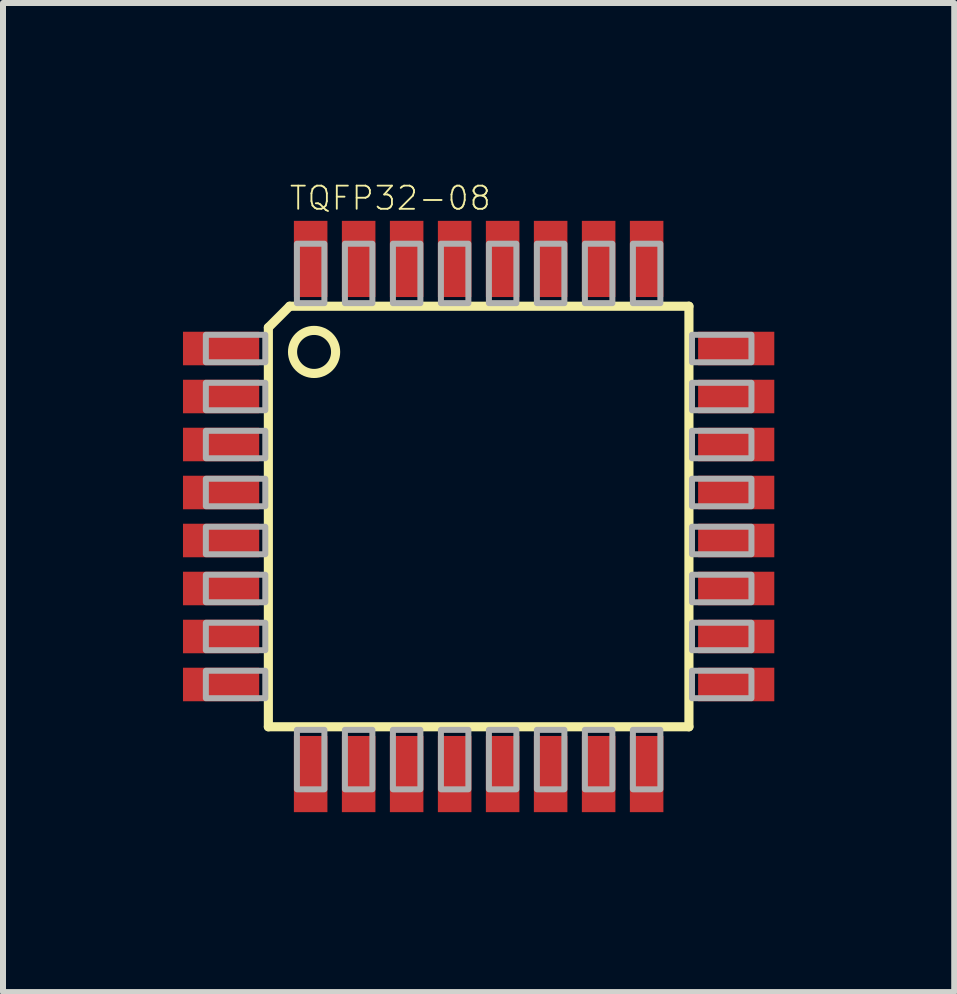
<source format=kicad_pcb>
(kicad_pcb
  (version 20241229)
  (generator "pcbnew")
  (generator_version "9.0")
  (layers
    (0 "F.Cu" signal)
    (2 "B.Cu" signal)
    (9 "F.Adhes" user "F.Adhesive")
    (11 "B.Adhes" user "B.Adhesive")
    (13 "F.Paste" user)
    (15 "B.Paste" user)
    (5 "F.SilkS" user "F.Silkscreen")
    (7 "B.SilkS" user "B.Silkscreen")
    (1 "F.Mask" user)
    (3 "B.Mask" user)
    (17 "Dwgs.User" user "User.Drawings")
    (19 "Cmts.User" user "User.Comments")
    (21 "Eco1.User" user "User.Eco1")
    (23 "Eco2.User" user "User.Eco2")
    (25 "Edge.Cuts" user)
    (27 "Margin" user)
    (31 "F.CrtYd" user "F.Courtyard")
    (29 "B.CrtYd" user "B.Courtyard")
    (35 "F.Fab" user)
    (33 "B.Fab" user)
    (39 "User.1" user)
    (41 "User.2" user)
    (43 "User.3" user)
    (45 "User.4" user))
  (footprint "TQFP32-08"
    (layer "F.Cu")
    (at 4.928 5.559)
    (property "Reference" "TQFP32-08" (at -3.175 -5.08 180) (layer "F.SilkS") (effects (font (size 0.386 0.386) (thickness 0.031)) (justify left bottom)))
    (attr through_hole)
    (fp_line (start -3.505 3.505) (end -3.505 -3.15) (stroke (width 0.152) (type solid)) (layer "F.SilkS"))
    (fp_line (start -3.15 -3.505) (end -3.505 -3.15) (stroke (width 0.152) (type solid)) (layer "F.SilkS"))
    (fp_line (start -3.15 -3.505) (end 3.505 -3.505) (stroke (width 0.152) (type solid)) (layer "F.SilkS"))
    (fp_line (start 3.505 -3.505) (end 3.505 3.505) (stroke (width 0.152) (type solid)) (layer "F.SilkS"))
    (fp_line (start 3.505 3.505) (end -3.505 3.505) (stroke (width 0.152) (type solid)) (layer "F.SilkS"))
    (fp_circle (center -2.743 -2.743) (end -2.384 -2.743) (stroke (width 0.152) (type solid)) (fill no) (layer "F.SilkS"))
    (fp_poly (pts (xy -4.547 -2.571) (xy -3.556 -2.571) (xy -3.556 -3.029) (xy -4.547 -3.029)) (stroke (width 0.1) (type solid)) (fill no) (layer "F.Fab"))
    (fp_poly (pts (xy -4.547 -1.771) (xy -3.556 -1.771) (xy -3.556 -2.229) (xy -4.547 -2.229)) (stroke (width 0.1) (type solid)) (fill no) (layer "F.Fab"))
    (fp_poly (pts (xy -4.547 -0.971) (xy -3.556 -0.971) (xy -3.556 -1.429) (xy -4.547 -1.429)) (stroke (width 0.1) (type solid)) (fill no) (layer "F.Fab"))
    (fp_poly (pts (xy -4.547 -0.171) (xy -3.556 -0.171) (xy -3.556 -0.629) (xy -4.547 -0.629)) (stroke (width 0.1) (type solid)) (fill no) (layer "F.Fab"))
    (fp_poly (pts (xy -4.547 0.629) (xy -3.556 0.629) (xy -3.556 0.171) (xy -4.547 0.171)) (stroke (width 0.1) (type solid)) (fill no) (layer "F.Fab"))
    (fp_poly (pts (xy -4.547 1.429) (xy -3.556 1.429) (xy -3.556 0.971) (xy -4.547 0.971)) (stroke (width 0.1) (type solid)) (fill no) (layer "F.Fab"))
    (fp_poly (pts (xy -4.547 2.229) (xy -3.556 2.229) (xy -3.556 1.771) (xy -4.547 1.771)) (stroke (width 0.1) (type solid)) (fill no) (layer "F.Fab"))
    (fp_poly (pts (xy -4.547 3.029) (xy -3.556 3.029) (xy -3.556 2.571) (xy -4.547 2.571)) (stroke (width 0.1) (type solid)) (fill no) (layer "F.Fab"))
    (fp_poly (pts (xy -3.029 -3.556) (xy -2.571 -3.556) (xy -2.571 -4.547) (xy -3.029 -4.547)) (stroke (width 0.1) (type solid)) (fill no) (layer "F.Fab"))
    (fp_poly (pts (xy -3.029 4.547) (xy -2.571 4.547) (xy -2.571 3.556) (xy -3.029 3.556)) (stroke (width 0.1) (type solid)) (fill no) (layer "F.Fab"))
    (fp_poly (pts (xy -2.229 -3.556) (xy -1.771 -3.556) (xy -1.771 -4.547) (xy -2.229 -4.547)) (stroke (width 0.1) (type solid)) (fill no) (layer "F.Fab"))
    (fp_poly (pts (xy -2.229 4.547) (xy -1.771 4.547) (xy -1.771 3.556) (xy -2.229 3.556)) (stroke (width 0.1) (type solid)) (fill no) (layer "F.Fab"))
    (fp_poly (pts (xy -1.429 -3.556) (xy -0.971 -3.556) (xy -0.971 -4.547) (xy -1.429 -4.547)) (stroke (width 0.1) (type solid)) (fill no) (layer "F.Fab"))
    (fp_poly (pts (xy -1.429 4.547) (xy -0.971 4.547) (xy -0.971 3.556) (xy -1.429 3.556)) (stroke (width 0.1) (type solid)) (fill no) (layer "F.Fab"))
    (fp_poly (pts (xy -0.629 -3.556) (xy -0.171 -3.556) (xy -0.171 -4.547) (xy -0.629 -4.547)) (stroke (width 0.1) (type solid)) (fill no) (layer "F.Fab"))
    (fp_poly (pts (xy -0.629 4.547) (xy -0.171 4.547) (xy -0.171 3.556) (xy -0.629 3.556)) (stroke (width 0.1) (type solid)) (fill no) (layer "F.Fab"))
    (fp_poly (pts (xy 0.171 -3.556) (xy 0.629 -3.556) (xy 0.629 -4.547) (xy 0.171 -4.547)) (stroke (width 0.1) (type solid)) (fill no) (layer "F.Fab"))
    (fp_poly (pts (xy 0.171 4.547) (xy 0.629 4.547) (xy 0.629 3.556) (xy 0.171 3.556)) (stroke (width 0.1) (type solid)) (fill no) (layer "F.Fab"))
    (fp_poly (pts (xy 0.971 -3.556) (xy 1.429 -3.556) (xy 1.429 -4.547) (xy 0.971 -4.547)) (stroke (width 0.1) (type solid)) (fill no) (layer "F.Fab"))
    (fp_poly (pts (xy 0.971 4.547) (xy 1.429 4.547) (xy 1.429 3.556) (xy 0.971 3.556)) (stroke (width 0.1) (type solid)) (fill no) (layer "F.Fab"))
    (fp_poly (pts (xy 1.771 -3.556) (xy 2.229 -3.556) (xy 2.229 -4.547) (xy 1.771 -4.547)) (stroke (width 0.1) (type solid)) (fill no) (layer "F.Fab"))
    (fp_poly (pts (xy 1.771 4.547) (xy 2.229 4.547) (xy 2.229 3.556) (xy 1.771 3.556)) (stroke (width 0.1) (type solid)) (fill no) (layer "F.Fab"))
    (fp_poly (pts (xy 2.571 -3.556) (xy 3.029 -3.556) (xy 3.029 -4.547) (xy 2.571 -4.547)) (stroke (width 0.1) (type solid)) (fill no) (layer "F.Fab"))
    (fp_poly (pts (xy 2.571 4.547) (xy 3.029 4.547) (xy 3.029 3.556) (xy 2.571 3.556)) (stroke (width 0.1) (type solid)) (fill no) (layer "F.Fab"))
    (fp_poly (pts (xy 3.556 -2.571) (xy 4.547 -2.571) (xy 4.547 -3.029) (xy 3.556 -3.029)) (stroke (width 0.1) (type solid)) (fill no) (layer "F.Fab"))
    (fp_poly (pts (xy 3.556 -1.771) (xy 4.547 -1.771) (xy 4.547 -2.229) (xy 3.556 -2.229)) (stroke (width 0.1) (type solid)) (fill no) (layer "F.Fab"))
    (fp_poly (pts (xy 3.556 -0.971) (xy 4.547 -0.971) (xy 4.547 -1.429) (xy 3.556 -1.429)) (stroke (width 0.1) (type solid)) (fill no) (layer "F.Fab"))
    (fp_poly (pts (xy 3.556 -0.171) (xy 4.547 -0.171) (xy 4.547 -0.629) (xy 3.556 -0.629)) (stroke (width 0.1) (type solid)) (fill no) (layer "F.Fab"))
    (fp_poly (pts (xy 3.556 0.629) (xy 4.547 0.629) (xy 4.547 0.171) (xy 3.556 0.171)) (stroke (width 0.1) (type solid)) (fill no) (layer "F.Fab"))
    (fp_poly (pts (xy 3.556 1.429) (xy 4.547 1.429) (xy 4.547 0.971) (xy 3.556 0.971)) (stroke (width 0.1) (type solid)) (fill no) (layer "F.Fab"))
    (fp_poly (pts (xy 3.556 2.229) (xy 4.547 2.229) (xy 4.547 1.771) (xy 3.556 1.771)) (stroke (width 0.1) (type solid)) (fill no) (layer "F.Fab"))
    (fp_poly (pts (xy 3.556 3.029) (xy 4.547 3.029) (xy 4.547 2.571) (xy 3.556 2.571)) (stroke (width 0.1) (type solid)) (fill no) (layer "F.Fab"))
    (pad "1" smd rect (at -4.293 -2.8) (size 1.27 0.559) (layers "F.Cu" "F.Mask" "F.Paste"))
    (pad "2" smd rect (at -4.293 -2) (size 1.27 0.559) (layers "F.Cu" "F.Mask" "F.Paste"))
    (pad "3" smd rect (at -4.293 -1.2) (size 1.27 0.559) (layers "F.Cu" "F.Mask" "F.Paste"))
    (pad "4" smd rect (at -4.293 -0.4) (size 1.27 0.559) (layers "F.Cu" "F.Mask" "F.Paste"))
    (pad "5" smd rect (at -4.293 0.4) (size 1.27 0.559) (layers "F.Cu" "F.Mask" "F.Paste"))
    (pad "6" smd rect (at -4.293 1.2) (size 1.27 0.559) (layers "F.Cu" "F.Mask" "F.Paste"))
    (pad "7" smd rect (at -4.293 2) (size 1.27 0.559) (layers "F.Cu" "F.Mask" "F.Paste"))
    (pad "8" smd rect (at -4.293 2.8) (size 1.27 0.559) (layers "F.Cu" "F.Mask" "F.Paste"))
    (pad "9" smd rect (at -2.8 4.293) (size 0.559 1.27) (layers "F.Cu" "F.Mask" "F.Paste"))
    (pad "10" smd rect (at -2 4.293) (size 0.559 1.27) (layers "F.Cu" "F.Mask" "F.Paste"))
    (pad "11" smd rect (at -1.2 4.293) (size 0.559 1.27) (layers "F.Cu" "F.Mask" "F.Paste"))
    (pad "12" smd rect (at -0.4 4.293) (size 0.559 1.27) (layers "F.Cu" "F.Mask" "F.Paste"))
    (pad "13" smd rect (at 0.4 4.293) (size 0.559 1.27) (layers "F.Cu" "F.Mask" "F.Paste"))
    (pad "14" smd rect (at 1.2 4.293) (size 0.559 1.27) (layers "F.Cu" "F.Mask" "F.Paste"))
    (pad "15" smd rect (at 2 4.293) (size 0.559 1.27) (layers "F.Cu" "F.Mask" "F.Paste"))
    (pad "16" smd rect (at 2.8 4.293) (size 0.559 1.27) (layers "F.Cu" "F.Mask" "F.Paste"))
    (pad "17" smd rect (at 4.293 2.8) (size 1.27 0.559) (layers "F.Cu" "F.Mask" "F.Paste"))
    (pad "18" smd rect (at 4.293 2) (size 1.27 0.559) (layers "F.Cu" "F.Mask" "F.Paste"))
    (pad "19" smd rect (at 4.293 1.2) (size 1.27 0.559) (layers "F.Cu" "F.Mask" "F.Paste"))
    (pad "20" smd rect (at 4.293 0.4) (size 1.27 0.559) (layers "F.Cu" "F.Mask" "F.Paste"))
    (pad "21" smd rect (at 4.293 -0.4) (size 1.27 0.559) (layers "F.Cu" "F.Mask" "F.Paste"))
    (pad "22" smd rect (at 4.293 -1.2) (size 1.27 0.559) (layers "F.Cu" "F.Mask" "F.Paste"))
    (pad "23" smd rect (at 4.293 -2) (size 1.27 0.559) (layers "F.Cu" "F.Mask" "F.Paste"))
    (pad "24" smd rect (at 4.293 -2.8) (size 1.27 0.559) (layers "F.Cu" "F.Mask" "F.Paste"))
    (pad "25" smd rect (at 2.8 -4.293) (size 0.559 1.27) (layers "F.Cu" "F.Mask" "F.Paste"))
    (pad "26" smd rect (at 2 -4.293) (size 0.559 1.27) (layers "F.Cu" "F.Mask" "F.Paste"))
    (pad "27" smd rect (at 1.2 -4.293) (size 0.559 1.27) (layers "F.Cu" "F.Mask" "F.Paste"))
    (pad "28" smd rect (at 0.4 -4.293) (size 0.559 1.27) (layers "F.Cu" "F.Mask" "F.Paste"))
    (pad "29" smd rect (at -0.4 -4.293) (size 0.559 1.27) (layers "F.Cu" "F.Mask" "F.Paste"))
    (pad "30" smd rect (at -1.2 -4.293) (size 0.559 1.27) (layers "F.Cu" "F.Mask" "F.Paste"))
    (pad "31" smd rect (at -2 -4.293) (size 0.559 1.27) (layers "F.Cu" "F.Mask" "F.Paste"))
    (pad "32" smd rect (at -2.8 -4.293) (size 0.559 1.27) (layers "F.Cu" "F.Mask" "F.Paste")))
  (gr_rect
    (start -3 -3)
    (end 12.855 13.486)
    (stroke (width 0.1) (type default))
    (fill no)
    (layer "Edge.Cuts")))
</source>
